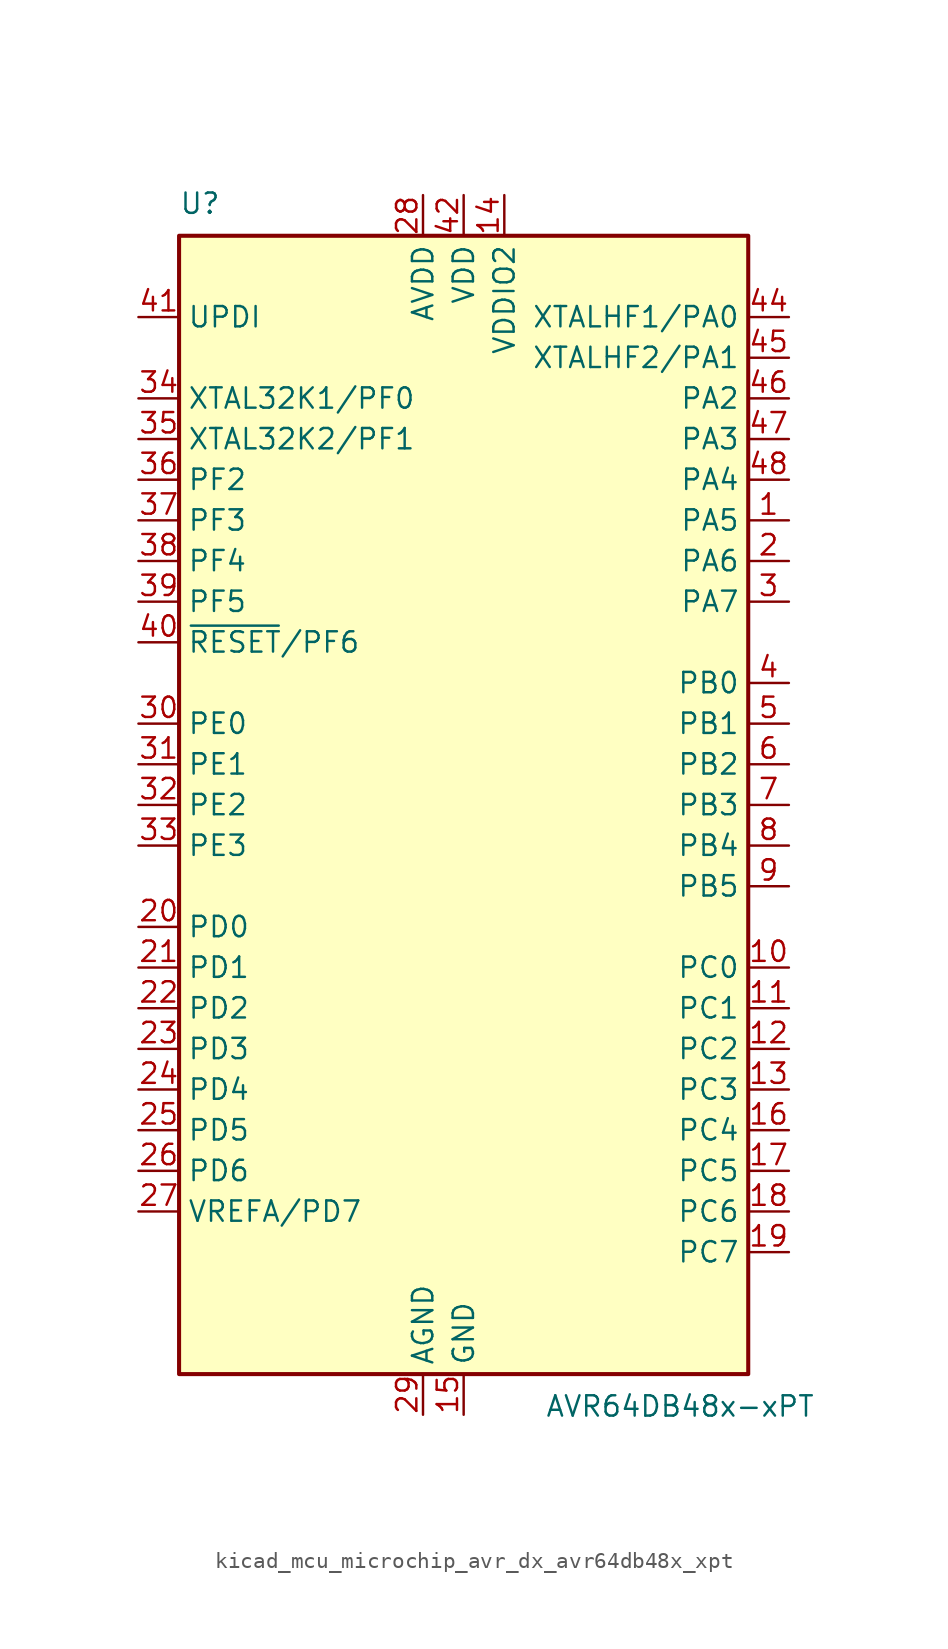
<source format=kicad_sym>
(kicad_symbol_lib
  (version 20220914)
  (generator kicad_symbol_editor)
  (symbol "kicad_mcu_microchip_avr_dx_avr64db48x_xpt"
    (property "Reference" "U"
      (at -17.78 36.83 0)
      (effects (font (size 1.27 1.27)) (justify left bottom)))
    (property "Value" "AVR64DB48x-xPT"
      (at 5.08 -36.83 0)
      (effects (font (size 1.27 1.27)) (justify left top)))
    (symbol "kicad_mcu_microchip_avr_dx_avr64db48x_xpt_0_1"
      (rectangle (start -17.78 35.56) (end 17.78 -35.56) (stroke (width 0.254) (type default)) (fill (type background))))
    (symbol "kicad_mcu_microchip_avr_dx_avr64db48x_xpt_1_1"
      (pin bidirectional line (at 20.32 17.78 180) (length 2.54) (name "PA5" (effects (font (size 1.27 1.27)))) (number "1" (effects (font (size 1.27 1.27)))))
      (pin bidirectional line (at 20.32 -10.16 180) (length 2.54) (name "PC0" (effects (font (size 1.27 1.27)))) (number "10" (effects (font (size 1.27 1.27)))))
      (pin bidirectional line (at 20.32 -12.7 180) (length 2.54) (name "PC1" (effects (font (size 1.27 1.27)))) (number "11" (effects (font (size 1.27 1.27)))))
      (pin bidirectional line (at 20.32 -15.24 180) (length 2.54) (name "PC2" (effects (font (size 1.27 1.27)))) (number "12" (effects (font (size 1.27 1.27)))))
      (pin bidirectional line (at 20.32 -17.78 180) (length 2.54) (name "PC3" (effects (font (size 1.27 1.27)))) (number "13" (effects (font (size 1.27 1.27)))))
      (pin power_in line (at 2.54 38.1 270) (length 2.54) (name "VDDIO2" (effects (font (size 1.27 1.27)))) (number "14" (effects (font (size 1.27 1.27)))))
      (pin power_in line (at 0 -38.1 90) (length 2.54) (name "GND" (effects (font (size 1.27 1.27)))) (number "15" (effects (font (size 1.27 1.27)))))
      (pin bidirectional line (at 20.32 -20.32 180) (length 2.54) (name "PC4" (effects (font (size 1.27 1.27)))) (number "16" (effects (font (size 1.27 1.27)))))
      (pin bidirectional line (at 20.32 -22.86 180) (length 2.54) (name "PC5" (effects (font (size 1.27 1.27)))) (number "17" (effects (font (size 1.27 1.27)))))
      (pin bidirectional line (at 20.32 -25.4 180) (length 2.54) (name "PC6" (effects (font (size 1.27 1.27)))) (number "18" (effects (font (size 1.27 1.27)))))
      (pin bidirectional line (at 20.32 -27.94 180) (length 2.54) (name "PC7" (effects (font (size 1.27 1.27)))) (number "19" (effects (font (size 1.27 1.27)))))
      (pin bidirectional line (at 20.32 15.24 180) (length 2.54) (name "PA6" (effects (font (size 1.27 1.27)))) (number "2" (effects (font (size 1.27 1.27)))))
      (pin bidirectional line (at -20.32 -7.62 0) (length 2.54) (name "PD0" (effects (font (size 1.27 1.27)))) (number "20" (effects (font (size 1.27 1.27)))))
      (pin bidirectional line (at -20.32 -10.16 0) (length 2.54) (name "PD1" (effects (font (size 1.27 1.27)))) (number "21" (effects (font (size 1.27 1.27)))))
      (pin bidirectional line (at -20.32 -12.7 0) (length 2.54) (name "PD2" (effects (font (size 1.27 1.27)))) (number "22" (effects (font (size 1.27 1.27)))))
      (pin bidirectional line (at -20.32 -15.24 0) (length 2.54) (name "PD3" (effects (font (size 1.27 1.27)))) (number "23" (effects (font (size 1.27 1.27)))))
      (pin bidirectional line (at -20.32 -17.78 0) (length 2.54) (name "PD4" (effects (font (size 1.27 1.27)))) (number "24" (effects (font (size 1.27 1.27)))))
      (pin bidirectional line (at -20.32 -20.32 0) (length 2.54) (name "PD5" (effects (font (size 1.27 1.27)))) (number "25" (effects (font (size 1.27 1.27)))))
      (pin bidirectional line (at -20.32 -22.86 0) (length 2.54) (name "PD6" (effects (font (size 1.27 1.27)))) (number "26" (effects (font (size 1.27 1.27)))))
      (pin bidirectional line (at -20.32 -25.4 0) (length 2.54) (name "VREFA/PD7" (effects (font (size 1.27 1.27)))) (number "27" (effects (font (size 1.27 1.27)))))
      (pin power_in line (at -2.54 38.1 270) (length 2.54) (name "AVDD" (effects (font (size 1.27 1.27)))) (number "28" (effects (font (size 1.27 1.27)))))
      (pin power_in line (at -2.54 -38.1 90) (length 2.54) (name "AGND" (effects (font (size 1.27 1.27)))) (number "29" (effects (font (size 1.27 1.27)))))
      (pin bidirectional line (at 20.32 12.7 180) (length 2.54) (name "PA7" (effects (font (size 1.27 1.27)))) (number "3" (effects (font (size 1.27 1.27)))))
      (pin bidirectional line (at -20.32 5.08 0) (length 2.54) (name "PE0" (effects (font (size 1.27 1.27)))) (number "30" (effects (font (size 1.27 1.27)))))
      (pin bidirectional line (at -20.32 2.54 0) (length 2.54) (name "PE1" (effects (font (size 1.27 1.27)))) (number "31" (effects (font (size 1.27 1.27)))))
      (pin bidirectional line (at -20.32 0 0) (length 2.54) (name "PE2" (effects (font (size 1.27 1.27)))) (number "32" (effects (font (size 1.27 1.27)))))
      (pin bidirectional line (at -20.32 -2.54 0) (length 2.54) (name "PE3" (effects (font (size 1.27 1.27)))) (number "33" (effects (font (size 1.27 1.27)))))
      (pin bidirectional line (at -20.32 25.4 0) (length 2.54) (name "XTAL32K1/PF0" (effects (font (size 1.27 1.27)))) (number "34" (effects (font (size 1.27 1.27)))))
      (pin bidirectional line (at -20.32 22.86 0) (length 2.54) (name "XTAL32K2/PF1" (effects (font (size 1.27 1.27)))) (number "35" (effects (font (size 1.27 1.27)))))
      (pin bidirectional line (at -20.32 20.32 0) (length 2.54) (name "PF2" (effects (font (size 1.27 1.27)))) (number "36" (effects (font (size 1.27 1.27)))))
      (pin bidirectional line (at -20.32 17.78 0) (length 2.54) (name "PF3" (effects (font (size 1.27 1.27)))) (number "37" (effects (font (size 1.27 1.27)))))
      (pin bidirectional line (at -20.32 15.24 0) (length 2.54) (name "PF4" (effects (font (size 1.27 1.27)))) (number "38" (effects (font (size 1.27 1.27)))))
      (pin bidirectional line (at -20.32 12.7 0) (length 2.54) (name "PF5" (effects (font (size 1.27 1.27)))) (number "39" (effects (font (size 1.27 1.27)))))
      (pin bidirectional line (at 20.32 7.62 180) (length 2.54) (name "PB0" (effects (font (size 1.27 1.27)))) (number "4" (effects (font (size 1.27 1.27)))))
      (pin bidirectional line (at -20.32 10.16 0) (length 2.54) (name "~{RESET}/PF6" (effects (font (size 1.27 1.27)))) (number "40" (effects (font (size 1.27 1.27)))))
      (pin input line (at -20.32 30.48 0) (length 2.54) (name "UPDI" (effects (font (size 1.27 1.27)))) (number "41" (effects (font (size 1.27 1.27)))))
      (pin power_in line (at 0 38.1 270) (length 2.54) (name "VDD" (effects (font (size 1.27 1.27)))) (number "42" (effects (font (size 1.27 1.27)))))
      (pin passive line (at 0 -38.1 90) (length 2.54) hide (name "GND" (effects (font (size 1.27 1.27)))) (number "43" (effects (font (size 1.27 1.27)))))
      (pin bidirectional line (at 20.32 30.48 180) (length 2.54) (name "XTALHF1/PA0" (effects (font (size 1.27 1.27)))) (number "44" (effects (font (size 1.27 1.27)))))
      (pin bidirectional line (at 20.32 27.94 180) (length 2.54) (name "XTALHF2/PA1" (effects (font (size 1.27 1.27)))) (number "45" (effects (font (size 1.27 1.27)))))
      (pin bidirectional line (at 20.32 25.4 180) (length 2.54) (name "PA2" (effects (font (size 1.27 1.27)))) (number "46" (effects (font (size 1.27 1.27)))))
      (pin bidirectional line (at 20.32 22.86 180) (length 2.54) (name "PA3" (effects (font (size 1.27 1.27)))) (number "47" (effects (font (size 1.27 1.27)))))
      (pin bidirectional line (at 20.32 20.32 180) (length 2.54) (name "PA4" (effects (font (size 1.27 1.27)))) (number "48" (effects (font (size 1.27 1.27)))))
      (pin bidirectional line (at 20.32 5.08 180) (length 2.54) (name "PB1" (effects (font (size 1.27 1.27)))) (number "5" (effects (font (size 1.27 1.27)))))
      (pin bidirectional line (at 20.32 2.54 180) (length 2.54) (name "PB2" (effects (font (size 1.27 1.27)))) (number "6" (effects (font (size 1.27 1.27)))))
      (pin bidirectional line (at 20.32 0 180) (length 2.54) (name "PB3" (effects (font (size 1.27 1.27)))) (number "7" (effects (font (size 1.27 1.27)))))
      (pin bidirectional line (at 20.32 -2.54 180) (length 2.54) (name "PB4" (effects (font (size 1.27 1.27)))) (number "8" (effects (font (size 1.27 1.27)))))
      (pin bidirectional line (at 20.32 -5.08 180) (length 2.54) (name "PB5" (effects (font (size 1.27 1.27)))) (number "9" (effects (font (size 1.27 1.27))))))))
</source>
